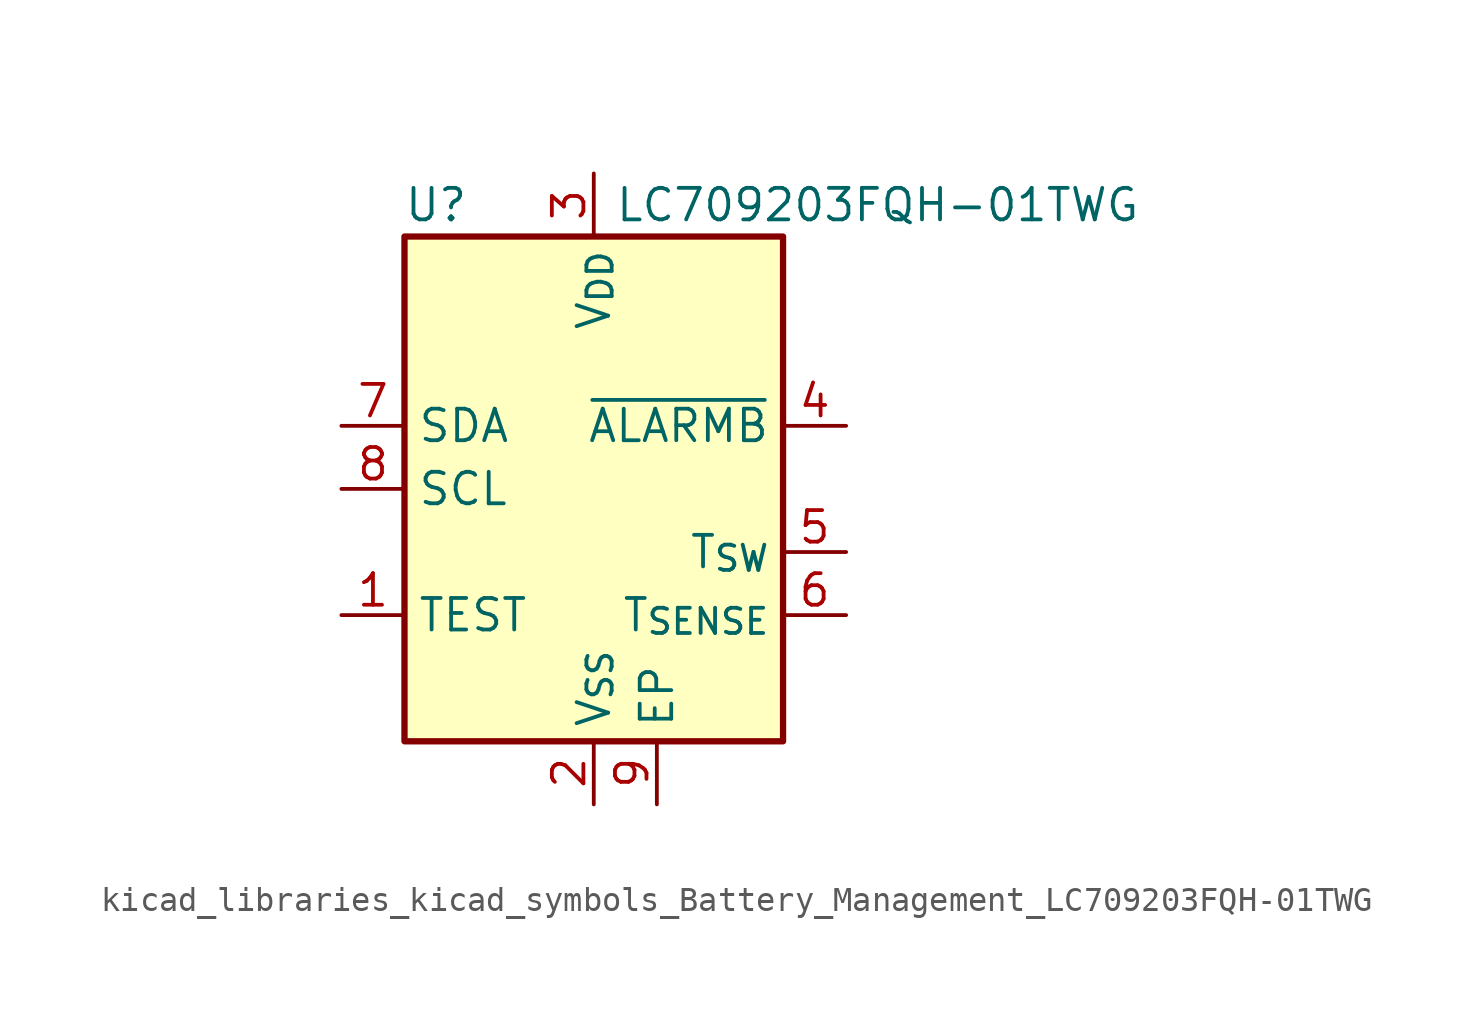
<source format=kicad_sym>
(kicad_symbol_lib
  (version 20220914)
  (generator kicad_symbol_editor)
  (symbol "kicad_libraries_kicad_symbols_Battery_Management_LC709203FQH-01TWG"
    (property "Reference" "U"
      (at -6.35 11.43 0)
      (effects (font (size 1.27 1.27))))
    (property "Value" "LC709203FQH-01TWG"
      (at 11.43 11.43 0)
      (effects (font (size 1.27 1.27))))
    (symbol "kicad_libraries_kicad_symbols_Battery_Management_LC709203FQH-01TWG_0_1"
      (rectangle (start -7.62 10.16) (end 7.62 -10.16) (stroke (width 0.254) (type default)) (fill (type background))))
    (symbol "kicad_libraries_kicad_symbols_Battery_Management_LC709203FQH-01TWG_1_1"
      (pin input line (at -10.16 -5.08 0) (length 2.54) (name "TEST" (effects (font (size 1.27 1.27)))) (number "1" (effects (font (size 1.27 1.27)))))
      (pin power_in line (at 0 -12.7 90) (length 2.54) (name "V_{SS}" (effects (font (size 1.27 1.27)))) (number "2" (effects (font (size 1.27 1.27)))))
      (pin power_in line (at 0 12.7 270) (length 2.54) (name "V_{DD}" (effects (font (size 1.27 1.27)))) (number "3" (effects (font (size 1.27 1.27)))))
      (pin open_collector line (at 10.16 2.54 180) (length 2.54) (name "~{ALARMB}" (effects (font (size 1.27 1.27)))) (number "4" (effects (font (size 1.27 1.27)))))
      (pin output line (at 10.16 -2.54 180) (length 2.54) (name "T_{SW}" (effects (font (size 1.27 1.27)))) (number "5" (effects (font (size 1.27 1.27)))))
      (pin input line (at 10.16 -5.08 180) (length 2.54) (name "T_{SENSE}" (effects (font (size 1.27 1.27)))) (number "6" (effects (font (size 1.27 1.27)))))
      (pin bidirectional line (at -10.16 2.54 0) (length 2.54) (name "SDA" (effects (font (size 1.27 1.27)))) (number "7" (effects (font (size 1.27 1.27)))))
      (pin input line (at -10.16 0 0) (length 2.54) (name "SCL" (effects (font (size 1.27 1.27)))) (number "8" (effects (font (size 1.27 1.27)))))
      (pin passive line (at 2.54 -12.7 90) (length 2.54) (name "EP" (effects (font (size 1.27 1.27)))) (number "9" (effects (font (size 1.27 1.27))))))))
</source>
